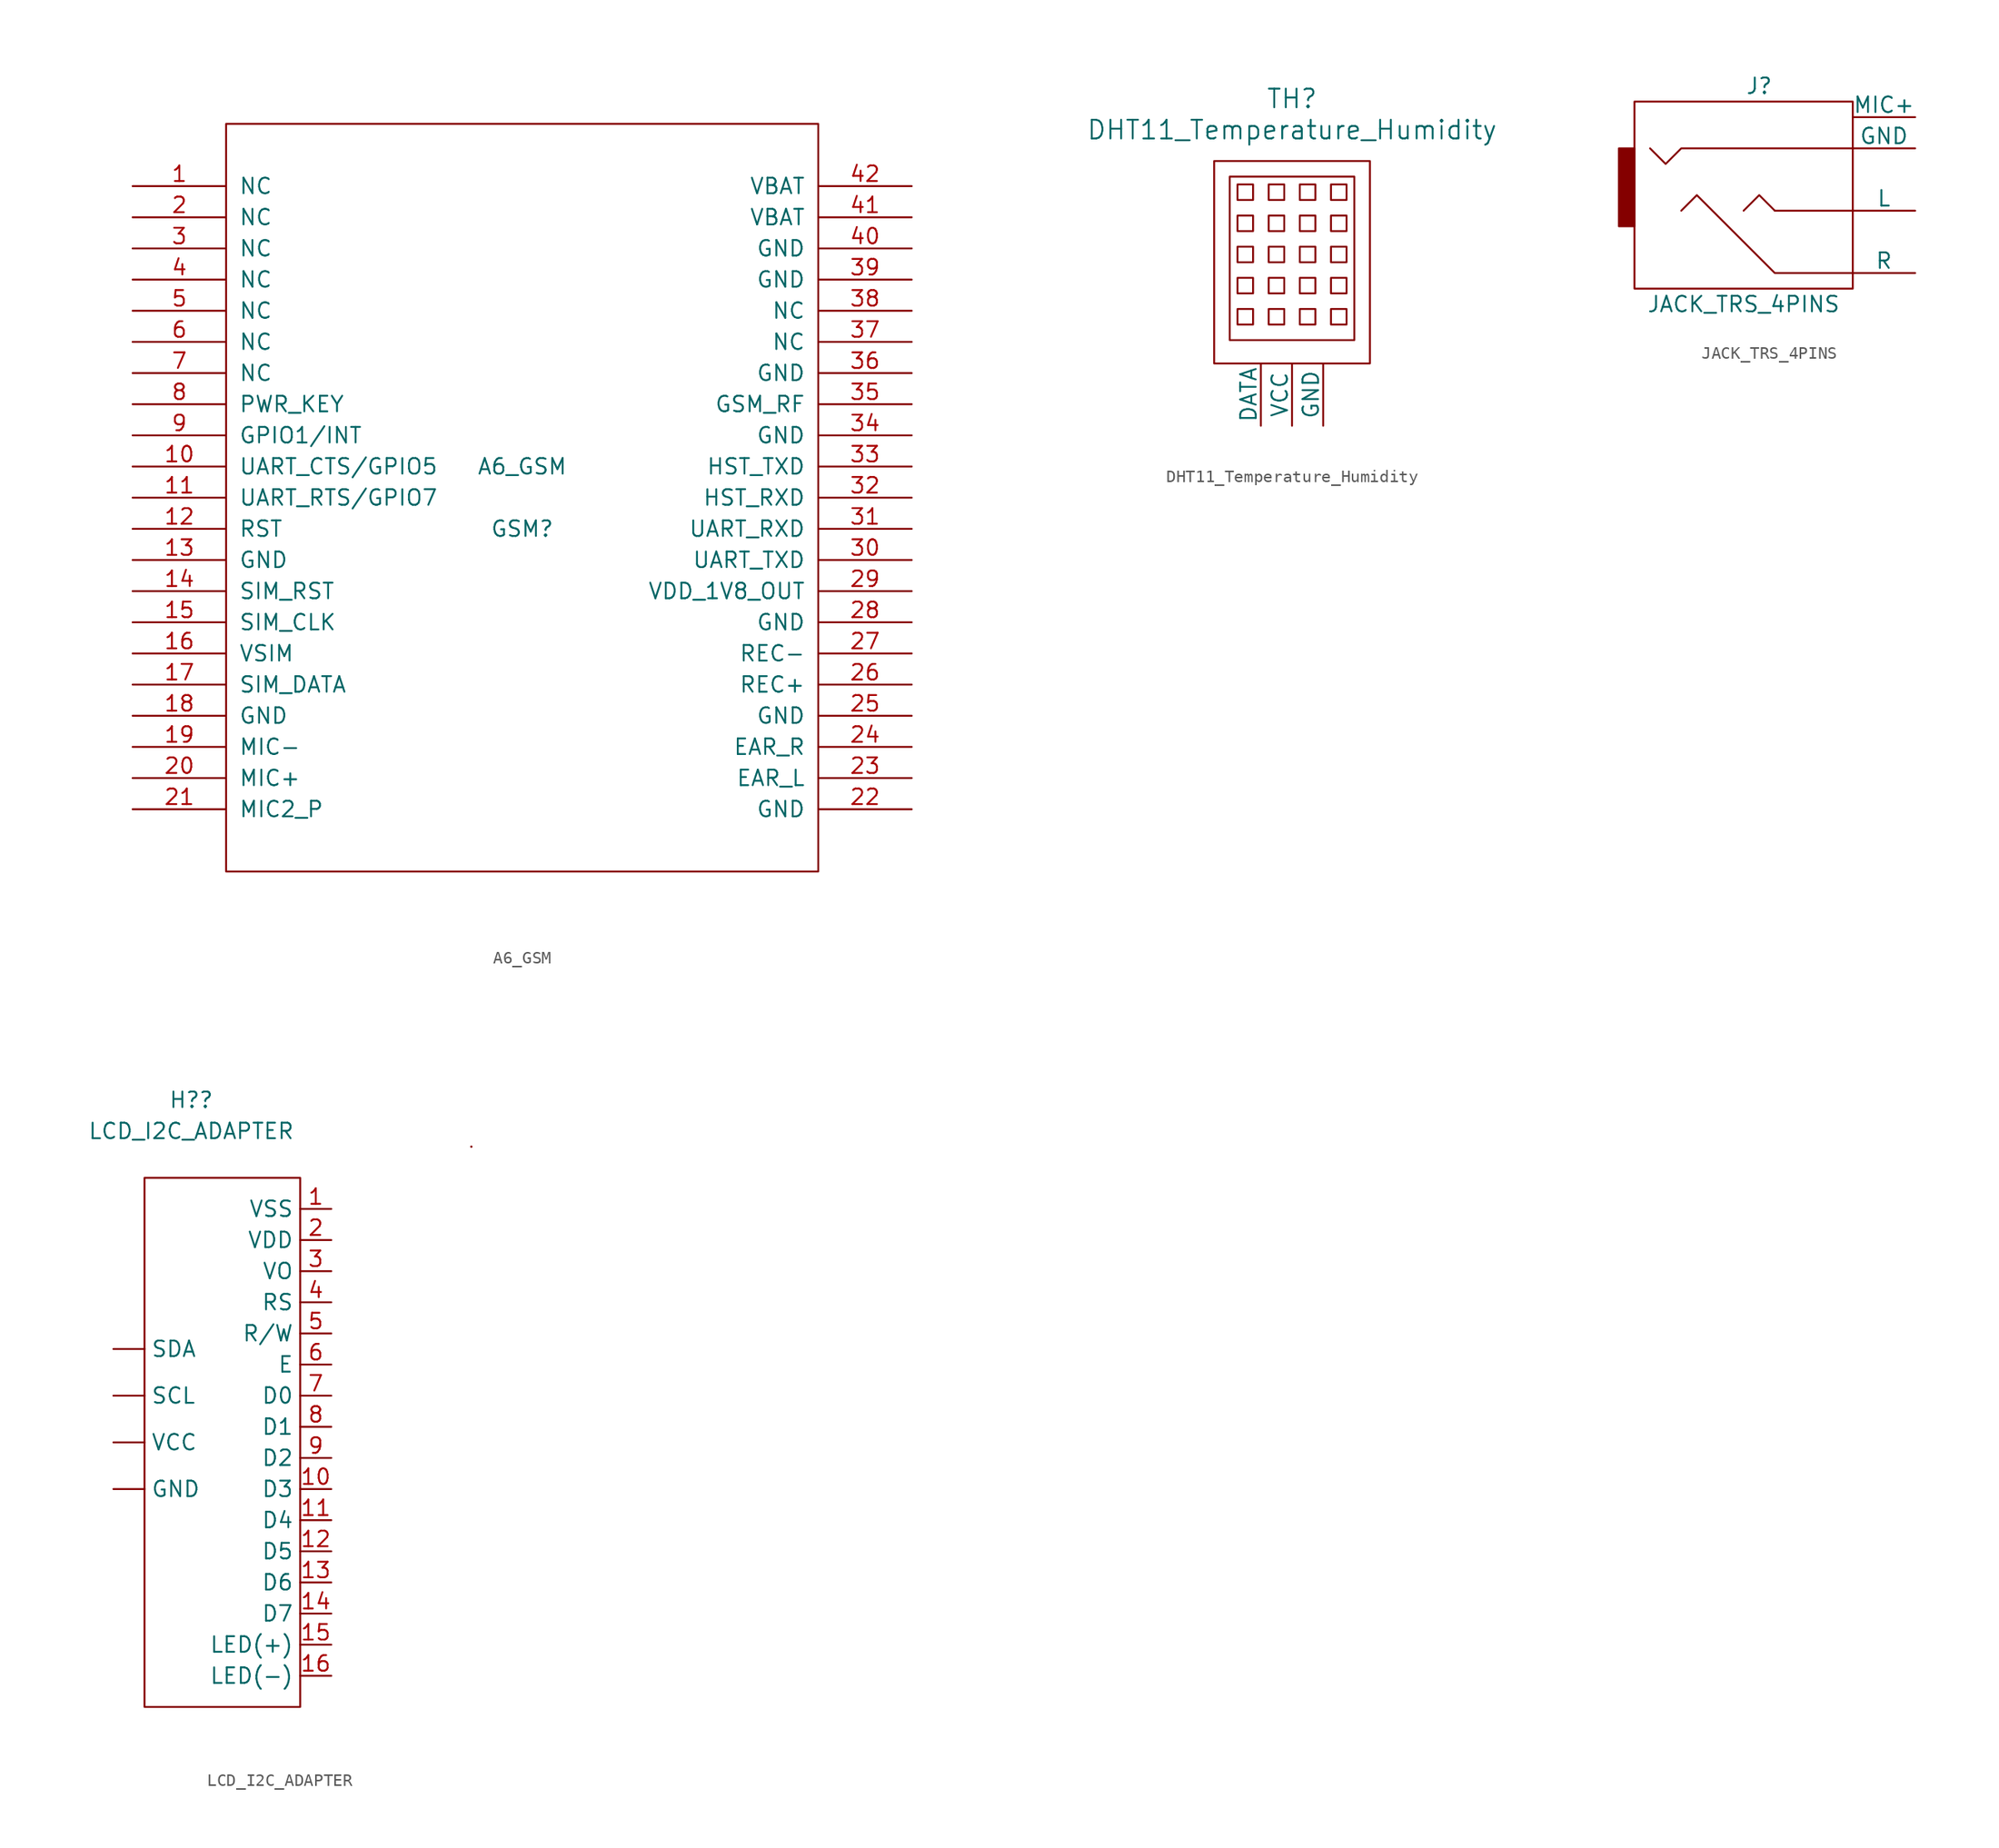
<source format=kicad_sym>
(kicad_symbol_lib
  (version 20211014)
  (generator kicad_symbol_editor)
  (symbol "A6_GSM"
    (pin_names
      (offset 1.016))
    (property "Reference" "GSM"
      (at 0 -2.54 0)
      (effects (font (size 1.27 1.27))))
    (property "Value" "A6_GSM"
      (at 0 2.54 0)
      (effects (font (size 1.27 1.27))))
    (symbol "A6_GSM_1_0"
      (rectangle (start -24.13 -30.48) (end 24.13 30.48) (stroke (width 0) (type default) (color 0 0 0 0)) (fill (type none))))
    (symbol "A6_GSM_1_1"
      (pin unspecified line (at -31.75 25.4 0) (length 7.62) (name "NC" (effects (font (size 1.27 1.27)))) (number "1" (effects (font (size 1.27 1.27)))))
      (pin input line (at -31.75 2.54 0) (length 7.62) (name "UART_CTS/GPIO5" (effects (font (size 1.27 1.27)))) (number "10" (effects (font (size 1.27 1.27)))))
      (pin input line (at -31.75 0 0) (length 7.62) (name "UART_RTS/GPIO7" (effects (font (size 1.27 1.27)))) (number "11" (effects (font (size 1.27 1.27)))))
      (pin input line (at -31.75 -2.54 0) (length 7.62) (name "RST" (effects (font (size 1.27 1.27)))) (number "12" (effects (font (size 1.27 1.27)))))
      (pin input line (at -31.75 -5.08 0) (length 7.62) (name "GND" (effects (font (size 1.27 1.27)))) (number "13" (effects (font (size 1.27 1.27)))))
      (pin input line (at -31.75 -7.62 0) (length 7.62) (name "SIM_RST" (effects (font (size 1.27 1.27)))) (number "14" (effects (font (size 1.27 1.27)))))
      (pin input line (at -31.75 -10.16 0) (length 7.62) (name "SIM_CLK" (effects (font (size 1.27 1.27)))) (number "15" (effects (font (size 1.27 1.27)))))
      (pin power_out line (at -31.75 -12.7 0) (length 7.62) (name "VSIM" (effects (font (size 1.27 1.27)))) (number "16" (effects (font (size 1.27 1.27)))))
      (pin input line (at -31.75 -15.24 0) (length 7.62) (name "SIM_DATA" (effects (font (size 1.27 1.27)))) (number "17" (effects (font (size 1.27 1.27)))))
      (pin input line (at -31.75 -17.78 0) (length 7.62) (name "GND" (effects (font (size 1.27 1.27)))) (number "18" (effects (font (size 1.27 1.27)))))
      (pin input line (at -31.75 -20.32 0) (length 7.62) (name "MIC-" (effects (font (size 1.27 1.27)))) (number "19" (effects (font (size 1.27 1.27)))))
      (pin unspecified line (at -31.75 22.86 0) (length 7.62) (name "NC" (effects (font (size 1.27 1.27)))) (number "2" (effects (font (size 1.27 1.27)))))
      (pin input line (at -31.75 -22.86 0) (length 7.62) (name "MIC+" (effects (font (size 1.27 1.27)))) (number "20" (effects (font (size 1.27 1.27)))))
      (pin input line (at -31.75 -25.4 0) (length 7.62) (name "MIC2_P" (effects (font (size 1.27 1.27)))) (number "21" (effects (font (size 1.27 1.27)))))
      (pin input line (at 31.75 -25.4 180) (length 7.62) (name "GND" (effects (font (size 1.27 1.27)))) (number "22" (effects (font (size 1.27 1.27)))))
      (pin input line (at 31.75 -22.86 180) (length 7.62) (name "EAR_L" (effects (font (size 1.27 1.27)))) (number "23" (effects (font (size 1.27 1.27)))))
      (pin input line (at 31.75 -20.32 180) (length 7.62) (name "EAR_R" (effects (font (size 1.27 1.27)))) (number "24" (effects (font (size 1.27 1.27)))))
      (pin input line (at 31.75 -17.78 180) (length 7.62) (name "GND" (effects (font (size 1.27 1.27)))) (number "25" (effects (font (size 1.27 1.27)))))
      (pin input line (at 31.75 -15.24 180) (length 7.62) (name "REC+" (effects (font (size 1.27 1.27)))) (number "26" (effects (font (size 1.27 1.27)))))
      (pin input line (at 31.75 -12.7 180) (length 7.62) (name "REC-" (effects (font (size 1.27 1.27)))) (number "27" (effects (font (size 1.27 1.27)))))
      (pin input line (at 31.75 -10.16 180) (length 7.62) (name "GND" (effects (font (size 1.27 1.27)))) (number "28" (effects (font (size 1.27 1.27)))))
      (pin input line (at 31.75 -7.62 180) (length 7.62) (name "VDD_1V8_OUT" (effects (font (size 1.27 1.27)))) (number "29" (effects (font (size 1.27 1.27)))))
      (pin unspecified line (at -31.75 20.32 0) (length 7.62) (name "NC" (effects (font (size 1.27 1.27)))) (number "3" (effects (font (size 1.27 1.27)))))
      (pin input line (at 31.75 -5.08 180) (length 7.62) (name "UART_TXD" (effects (font (size 1.27 1.27)))) (number "30" (effects (font (size 1.27 1.27)))))
      (pin input line (at 31.75 -2.54 180) (length 7.62) (name "UART_RXD" (effects (font (size 1.27 1.27)))) (number "31" (effects (font (size 1.27 1.27)))))
      (pin input line (at 31.75 0 180) (length 7.62) (name "HST_RXD" (effects (font (size 1.27 1.27)))) (number "32" (effects (font (size 1.27 1.27)))))
      (pin input line (at 31.75 2.54 180) (length 7.62) (name "HST_TXD" (effects (font (size 1.27 1.27)))) (number "33" (effects (font (size 1.27 1.27)))))
      (pin input line (at 31.75 5.08 180) (length 7.62) (name "GND" (effects (font (size 1.27 1.27)))) (number "34" (effects (font (size 1.27 1.27)))))
      (pin input line (at 31.75 7.62 180) (length 7.62) (name "GSM_RF" (effects (font (size 1.27 1.27)))) (number "35" (effects (font (size 1.27 1.27)))))
      (pin input line (at 31.75 10.16 180) (length 7.62) (name "GND" (effects (font (size 1.27 1.27)))) (number "36" (effects (font (size 1.27 1.27)))))
      (pin input line (at 31.75 12.7 180) (length 7.62) (name "NC" (effects (font (size 1.27 1.27)))) (number "37" (effects (font (size 1.27 1.27)))))
      (pin input line (at 31.75 15.24 180) (length 7.62) (name "NC" (effects (font (size 1.27 1.27)))) (number "38" (effects (font (size 1.27 1.27)))))
      (pin input line (at 31.75 17.78 180) (length 7.62) (name "GND" (effects (font (size 1.27 1.27)))) (number "39" (effects (font (size 1.27 1.27)))))
      (pin unspecified line (at -31.75 17.78 0) (length 7.62) (name "NC" (effects (font (size 1.27 1.27)))) (number "4" (effects (font (size 1.27 1.27)))))
      (pin input line (at 31.75 20.32 180) (length 7.62) (name "GND" (effects (font (size 1.27 1.27)))) (number "40" (effects (font (size 1.27 1.27)))))
      (pin input line (at 31.75 22.86 180) (length 7.62) (name "VBAT" (effects (font (size 1.27 1.27)))) (number "41" (effects (font (size 1.27 1.27)))))
      (pin input line (at 31.75 25.4 180) (length 7.62) (name "VBAT" (effects (font (size 1.27 1.27)))) (number "42" (effects (font (size 1.27 1.27)))))
      (pin unspecified line (at -31.75 15.24 0) (length 7.62) (name "NC" (effects (font (size 1.27 1.27)))) (number "5" (effects (font (size 1.27 1.27)))))
      (pin unspecified line (at -31.75 12.7 0) (length 7.62) (name "NC" (effects (font (size 1.27 1.27)))) (number "6" (effects (font (size 1.27 1.27)))))
      (pin unspecified line (at -31.75 10.16 0) (length 7.62) (name "NC" (effects (font (size 1.27 1.27)))) (number "7" (effects (font (size 1.27 1.27)))))
      (pin input line (at -31.75 7.62 0) (length 7.62) (name "PWR_KEY" (effects (font (size 1.27 1.27)))) (number "8" (effects (font (size 1.27 1.27)))))
      (pin input line (at -31.75 5.08 0) (length 7.62) (name "GPIO1/INT" (effects (font (size 1.27 1.27)))) (number "9" (effects (font (size 1.27 1.27)))))))
  (symbol "DHT11_Temperature_Humidity"
    (pin_numbers hide)
    (pin_names
      (offset 0))
    (property "Reference" "TH"
      (at 0 26.67 0)
      (effects (font (size 1.524 1.524))))
    (property "Value" "DHT11_Temperature_Humidity"
      (at 0 24.13 0)
      (effects (font (size 1.524 1.524))))
    (property "Footprint" ""
      (at 0 0 0)
      (effects (font (size 1.524 1.524))))
    (property "Datasheet" ""
      (at 0 0 0)
      (effects (font (size 1.524 1.524))))
    (symbol "DHT11_Temperature_Humidity_0_1"
      (rectangle (start -6.35 5.08) (end 6.35 21.59) (stroke (width 0) (type default) (color 0 0 0 0)) (fill (type none)))
      (rectangle (start -4.445 9.525) (end -3.175 8.255) (stroke (width 0) (type default) (color 0 0 0 0)) (fill (type none)))
      (rectangle (start -4.445 12.065) (end -3.175 10.795) (stroke (width 0) (type default) (color 0 0 0 0)) (fill (type none)))
      (rectangle (start -4.445 14.605) (end -3.175 13.335) (stroke (width 0) (type default) (color 0 0 0 0)) (fill (type none)))
      (rectangle (start -4.445 17.145) (end -3.175 15.875) (stroke (width 0) (type default) (color 0 0 0 0)) (fill (type none)))
      (rectangle (start -4.445 19.685) (end -3.175 18.415) (stroke (width 0) (type default) (color 0 0 0 0)) (fill (type none)))
      (rectangle (start -1.905 8.255) (end -0.635 9.525) (stroke (width 0) (type default) (color 0 0 0 0)) (fill (type none)))
      (rectangle (start -1.905 10.795) (end -0.635 12.065) (stroke (width 0) (type default) (color 0 0 0 0)) (fill (type none)))
      (rectangle (start -1.905 13.335) (end -0.635 14.605) (stroke (width 0) (type default) (color 0 0 0 0)) (fill (type none)))
      (rectangle (start -1.905 15.875) (end -0.635 17.145) (stroke (width 0) (type default) (color 0 0 0 0)) (fill (type none)))
      (rectangle (start -1.905 18.415) (end -0.635 19.685) (stroke (width 0) (type default) (color 0 0 0 0)) (fill (type none)))
      (rectangle (start 0.635 8.255) (end 1.905 9.525) (stroke (width 0) (type default) (color 0 0 0 0)) (fill (type none)))
      (rectangle (start 0.635 10.795) (end 1.905 12.065) (stroke (width 0) (type default) (color 0 0 0 0)) (fill (type none)))
      (rectangle (start 0.635 13.335) (end 1.905 14.605) (stroke (width 0) (type default) (color 0 0 0 0)) (fill (type none)))
      (rectangle (start 0.635 15.875) (end 1.905 17.145) (stroke (width 0) (type default) (color 0 0 0 0)) (fill (type none)))
      (rectangle (start 0.635 18.415) (end 1.905 19.685) (stroke (width 0) (type default) (color 0 0 0 0)) (fill (type none)))
      (rectangle (start 3.175 8.255) (end 4.445 9.525) (stroke (width 0) (type default) (color 0 0 0 0)) (fill (type none)))
      (rectangle (start 3.175 10.795) (end 4.445 12.065) (stroke (width 0) (type default) (color 0 0 0 0)) (fill (type none)))
      (rectangle (start 3.175 13.335) (end 4.445 14.605) (stroke (width 0) (type default) (color 0 0 0 0)) (fill (type none)))
      (rectangle (start 3.175 15.875) (end 4.445 17.145) (stroke (width 0) (type default) (color 0 0 0 0)) (fill (type none)))
      (rectangle (start 3.175 18.415) (end 4.445 19.685) (stroke (width 0) (type default) (color 0 0 0 0)) (fill (type none)))
      (rectangle (start 5.08 6.985) (end -5.08 20.32) (stroke (width 0) (type default) (color 0 0 0 0)) (fill (type none))))
    (symbol "DHT11_Temperature_Humidity_1_1"
      (pin input line (at -2.54 0 90) (length 5.08) (name "DATA" (effects (font (size 1.27 1.27)))) (number "1" (effects (font (size 1.27 1.27)))))
      (pin power_in line (at 0 0 90) (length 5.08) (name "VCC" (effects (font (size 1.27 1.27)))) (number "2" (effects (font (size 1.27 1.27)))))
      (pin power_in line (at 2.54 0 90) (length 5.08) (name "GND" (effects (font (size 1.27 1.27)))) (number "3" (effects (font (size 1.27 1.27)))))))
  (symbol "JACK_TRS_4PINS"
    (pin_numbers hide)
    (pin_names
      (offset 0))
    (property "Reference" "J"
      (at 0 10.16 0)
      (effects (font (size 1.27 1.27))))
    (property "Value" "JACK_TRS_4PINS"
      (at -1.27 -7.62 0)
      (effects (font (size 1.27 1.27))))
    (property "Footprint" ""
      (at 2.54 -3.81 0)
      (effects (font (size 1.27 1.27))))
    (property "Datasheet" ""
      (at 2.54 -3.81 0)
      (effects (font (size 1.27 1.27))))
    (symbol "JACK_TRS_4PINS_0_0"
      (polyline (pts (xy -8.89 5.08) (xy -7.62 3.81) (xy -6.35 5.08) (xy 7.62 5.08)) (stroke (width 0) (type default) (color 0 0 0 0)) (fill (type none)))
      (polyline (pts (xy -6.35 0) (xy -5.08 1.27) (xy 1.27 -5.08) (xy 7.62 -5.08)) (stroke (width 0) (type default) (color 0 0 0 0)) (fill (type none))))
    (symbol "JACK_TRS_4PINS_0_1"
      (rectangle (start -11.43 5.08) (end -10.16 -1.27) (stroke (width 0) (type default) (color 0 0 0 0)) (fill (type outline)))
      (polyline (pts (xy 1.27 0) (xy 7.62 0)) (stroke (width 0) (type default) (color 0 0 0 0)) (fill (type none)))
      (polyline (pts (xy 1.27 0) (xy 0 1.27) (xy -1.27 0) (xy -1.27 0)) (stroke (width 0) (type default) (color 0 0 0 0)) (fill (type none)))
      (rectangle (start 7.62 -6.35) (end -10.16 8.89) (stroke (width 0) (type default) (color 0 0 0 0)) (fill (type none))))
    (symbol "JACK_TRS_4PINS_1_1"
      (pin passive line (at 12.7 5.08 180) (length 5.08) (name "GND" (effects (font (size 1.27 1.27)))) (number "2" (effects (font (size 1.27 1.27)))))
      (pin passive line (at 12.7 -5.08 180) (length 5.08) (name "R" (effects (font (size 1.27 1.27)))) (number "3" (effects (font (size 1.27 1.27)))))
      (pin passive line (at 12.7 0 180) (length 5.08) (name "L" (effects (font (size 1.27 1.27)))) (number "4" (effects (font (size 1.27 1.27)))))
      (pin passive line (at 12.7 7.62 180) (length 5.08) (name "MIC+" (effects (font (size 1.27 1.27)))) (number "5" (effects (font (size 1.27 1.27)))))))
  (symbol "LCD_I2C_ADAPTER"
    (property "Reference" "H?"
      (at 0 20.32 0)
      (effects (font (size 1.27 1.27))))
    (property "Value" "LCD_I2C_ADAPTER"
      (at 0 17.78 0)
      (effects (font (size 1.27 1.27))))
    (symbol "LCD_I2C_ADAPTER_0_1"
      (rectangle (start -3.81 13.97) (end 8.89 -29.21) (stroke (width 0) (type default) (color 0 0 0 0)) (fill (type none)))
      (rectangle (start 22.86 16.51) (end 22.86 16.51) (stroke (width 0) (type default) (color 0 0 0 0)) (fill (type none)))
      (rectangle (start 22.86 16.51) (end 22.86 16.51) (stroke (width 0) (type default) (color 0 0 0 0)) (fill (type none)))
      (rectangle (start 22.86 16.51) (end 22.86 16.51) (stroke (width 0) (type default) (color 0 0 0 0)) (fill (type none)))
      (rectangle (start 22.86 16.51) (end 22.86 16.51) (stroke (width 0) (type default) (color 0 0 0 0)) (fill (type none))))
    (symbol "LCD_I2C_ADAPTER_1_1"
      (pin input line (at -6.35 -11.43 0) (length 2.54) (name "GND" (effects (font (size 1.27 1.27)))) (number "" (effects (font (size 1.27 1.27)))))
      (pin input line (at -6.35 -3.81 0) (length 2.54) (name "SCL" (effects (font (size 1.27 1.27)))) (number "" (effects (font (size 1.27 1.27)))))
      (pin input line (at -6.35 0 0) (length 2.54) (name "SDA" (effects (font (size 1.27 1.27)))) (number "" (effects (font (size 1.27 1.27)))))
      (pin input line (at -6.35 -7.62 0) (length 2.54) (name "VCC" (effects (font (size 1.27 1.27)))) (number "" (effects (font (size 1.27 1.27)))))
      (pin output line (at 11.43 11.43 180) (length 2.54) (name "VSS" (effects (font (size 1.27 1.27)))) (number "1" (effects (font (size 1.27 1.27)))))
      (pin output line (at 11.43 -11.43 180) (length 2.54) (name "D3" (effects (font (size 1.27 1.27)))) (number "10" (effects (font (size 1.27 1.27)))))
      (pin output line (at 11.43 -13.97 180) (length 2.54) (name "D4" (effects (font (size 1.27 1.27)))) (number "11" (effects (font (size 1.27 1.27)))))
      (pin output line (at 11.43 -16.51 180) (length 2.54) (name "D5" (effects (font (size 1.27 1.27)))) (number "12" (effects (font (size 1.27 1.27)))))
      (pin output line (at 11.43 -19.05 180) (length 2.54) (name "D6" (effects (font (size 1.27 1.27)))) (number "13" (effects (font (size 1.27 1.27)))))
      (pin output line (at 11.43 -21.59 180) (length 2.54) (name "D7" (effects (font (size 1.27 1.27)))) (number "14" (effects (font (size 1.27 1.27)))))
      (pin output line (at 11.43 -24.13 180) (length 2.54) (name "LED(+)" (effects (font (size 1.27 1.27)))) (number "15" (effects (font (size 1.27 1.27)))))
      (pin output line (at 11.43 -26.67 180) (length 2.54) (name "LED(-)" (effects (font (size 1.27 1.27)))) (number "16" (effects (font (size 1.27 1.27)))))
      (pin output line (at 11.43 8.89 180) (length 2.54) (name "VDD" (effects (font (size 1.27 1.27)))) (number "2" (effects (font (size 1.27 1.27)))))
      (pin output line (at 11.43 6.35 180) (length 2.54) (name "VO" (effects (font (size 1.27 1.27)))) (number "3" (effects (font (size 1.27 1.27)))))
      (pin output line (at 11.43 3.81 180) (length 2.54) (name "RS" (effects (font (size 1.27 1.27)))) (number "4" (effects (font (size 1.27 1.27)))))
      (pin output line (at 11.43 1.27 180) (length 2.54) (name "R/W" (effects (font (size 1.27 1.27)))) (number "5" (effects (font (size 1.27 1.27)))))
      (pin output line (at 11.43 -1.27 180) (length 2.54) (name "E" (effects (font (size 1.27 1.27)))) (number "6" (effects (font (size 1.27 1.27)))))
      (pin output line (at 11.43 -3.81 180) (length 2.54) (name "D0" (effects (font (size 1.27 1.27)))) (number "7" (effects (font (size 1.27 1.27)))))
      (pin output line (at 11.43 -6.35 180) (length 2.54) (name "D1" (effects (font (size 1.27 1.27)))) (number "8" (effects (font (size 1.27 1.27)))))
      (pin output line (at 11.43 -8.89 180) (length 2.54) (name "D2" (effects (font (size 1.27 1.27)))) (number "9" (effects (font (size 1.27 1.27))))))))
</source>
